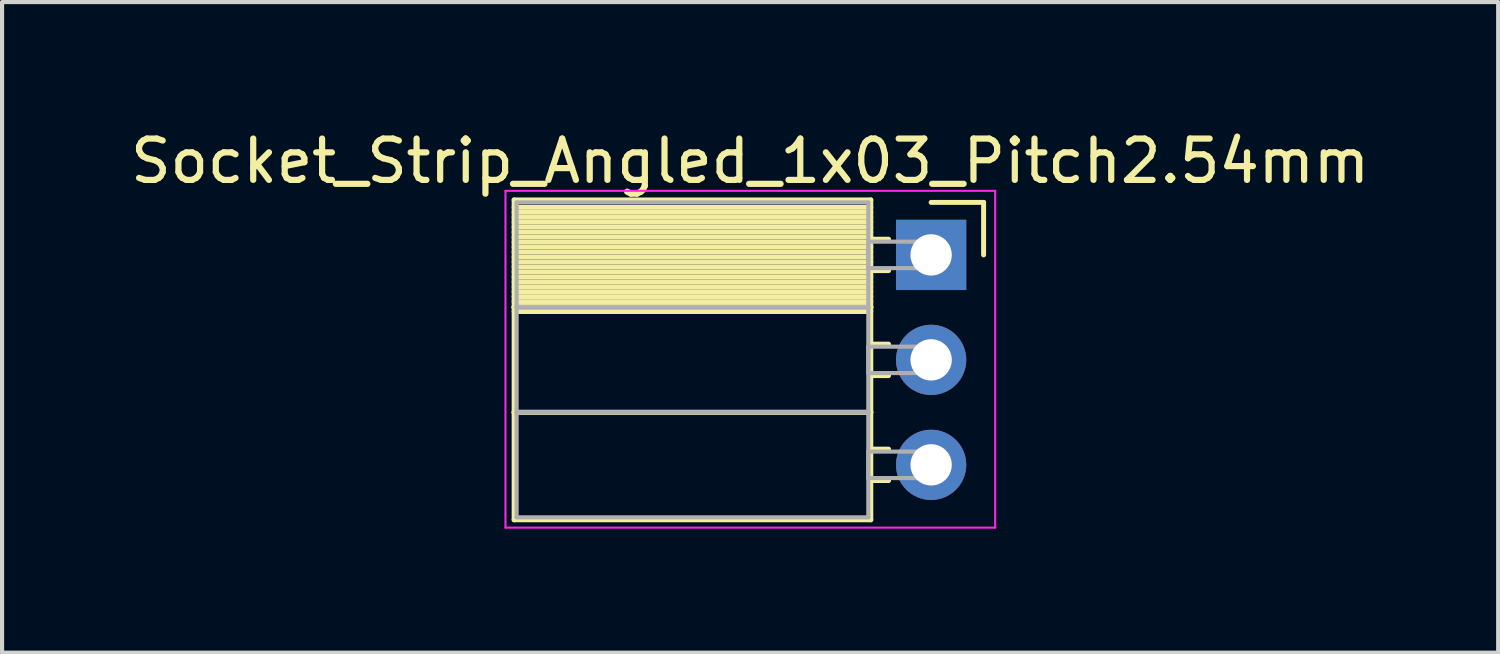
<source format=kicad_pcb>
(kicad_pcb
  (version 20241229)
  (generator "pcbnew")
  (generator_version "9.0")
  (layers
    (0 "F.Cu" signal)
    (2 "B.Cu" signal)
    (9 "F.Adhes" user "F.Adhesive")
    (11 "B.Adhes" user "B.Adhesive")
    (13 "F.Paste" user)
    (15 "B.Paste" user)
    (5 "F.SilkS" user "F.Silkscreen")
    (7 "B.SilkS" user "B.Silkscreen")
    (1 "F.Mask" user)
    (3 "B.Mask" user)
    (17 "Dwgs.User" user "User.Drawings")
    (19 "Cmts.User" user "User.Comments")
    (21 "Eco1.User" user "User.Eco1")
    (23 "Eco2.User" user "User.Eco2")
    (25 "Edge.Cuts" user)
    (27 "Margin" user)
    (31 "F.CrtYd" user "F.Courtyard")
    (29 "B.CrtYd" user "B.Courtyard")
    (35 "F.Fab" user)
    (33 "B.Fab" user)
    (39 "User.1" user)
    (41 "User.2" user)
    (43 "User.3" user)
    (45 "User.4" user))
  (footprint "Socket_Strip_Angled_1x03_Pitch2.54mm"
    (layer "F.Cu")
    (at 19.481 3.118)
    (property "Reference" "Socket_Strip_Angled_1x03_Pitch2.54mm" (at -4.38 -2.27 0) (layer "F.SilkS") (effects (font (size 1 1) (thickness 0.15))))
    (attr through_hole)
    (fp_line (start -10.09 -1.33) (end -1.46 -1.33) (stroke (width 0.12) (type solid)) (layer "F.SilkS"))
    (fp_line (start -10.09 1.27) (end -10.09 -1.33) (stroke (width 0.12) (type solid)) (layer "F.SilkS"))
    (fp_line (start -10.09 1.27) (end -1.46 1.27) (stroke (width 0.12) (type solid)) (layer "F.SilkS"))
    (fp_line (start -10.09 3.81) (end -10.09 1.27) (stroke (width 0.12) (type solid)) (layer "F.SilkS"))
    (fp_line (start -10.09 3.81) (end -1.46 3.81) (stroke (width 0.12) (type solid)) (layer "F.SilkS"))
    (fp_line (start -10.09 6.41) (end -10.09 3.81) (stroke (width 0.12) (type solid)) (layer "F.SilkS"))
    (fp_line (start -1.46 -1.33) (end -1.46 1.27) (stroke (width 0.12) (type solid)) (layer "F.SilkS"))
    (fp_line (start -1.46 -1.15) (end -10.09 -1.15) (stroke (width 0.12) (type solid)) (layer "F.SilkS"))
    (fp_line (start -1.46 -1.03) (end -10.09 -1.03) (stroke (width 0.12) (type solid)) (layer "F.SilkS"))
    (fp_line (start -1.46 -0.91) (end -10.09 -0.91) (stroke (width 0.12) (type solid)) (layer "F.SilkS"))
    (fp_line (start -1.46 -0.79) (end -10.09 -0.79) (stroke (width 0.12) (type solid)) (layer "F.SilkS"))
    (fp_line (start -1.46 -0.67) (end -10.09 -0.67) (stroke (width 0.12) (type solid)) (layer "F.SilkS"))
    (fp_line (start -1.46 -0.55) (end -10.09 -0.55) (stroke (width 0.12) (type solid)) (layer "F.SilkS"))
    (fp_line (start -1.46 -0.43) (end -10.09 -0.43) (stroke (width 0.12) (type solid)) (layer "F.SilkS"))
    (fp_line (start -1.46 -0.31) (end -10.09 -0.31) (stroke (width 0.12) (type solid)) (layer "F.SilkS"))
    (fp_line (start -1.46 -0.19) (end -10.09 -0.19) (stroke (width 0.12) (type solid)) (layer "F.SilkS"))
    (fp_line (start -1.46 -0.07) (end -10.09 -0.07) (stroke (width 0.12) (type solid)) (layer "F.SilkS"))
    (fp_line (start -1.46 0.05) (end -10.09 0.05) (stroke (width 0.12) (type solid)) (layer "F.SilkS"))
    (fp_line (start -1.46 0.17) (end -10.09 0.17) (stroke (width 0.12) (type solid)) (layer "F.SilkS"))
    (fp_line (start -1.46 0.29) (end -10.09 0.29) (stroke (width 0.12) (type solid)) (layer "F.SilkS"))
    (fp_line (start -1.46 0.41) (end -10.09 0.41) (stroke (width 0.12) (type solid)) (layer "F.SilkS"))
    (fp_line (start -1.46 0.53) (end -10.09 0.53) (stroke (width 0.12) (type solid)) (layer "F.SilkS"))
    (fp_line (start -1.46 0.65) (end -10.09 0.65) (stroke (width 0.12) (type solid)) (layer "F.SilkS"))
    (fp_line (start -1.46 0.77) (end -10.09 0.77) (stroke (width 0.12) (type solid)) (layer "F.SilkS"))
    (fp_line (start -1.46 0.89) (end -10.09 0.89) (stroke (width 0.12) (type solid)) (layer "F.SilkS"))
    (fp_line (start -1.46 1.01) (end -10.09 1.01) (stroke (width 0.12) (type solid)) (layer "F.SilkS"))
    (fp_line (start -1.46 1.13) (end -10.09 1.13) (stroke (width 0.12) (type solid)) (layer "F.SilkS"))
    (fp_line (start -1.46 1.25) (end -10.09 1.25) (stroke (width 0.12) (type solid)) (layer "F.SilkS"))
    (fp_line (start -1.46 1.27) (end -10.09 1.27) (stroke (width 0.12) (type solid)) (layer "F.SilkS"))
    (fp_line (start -1.46 1.27) (end -1.46 3.81) (stroke (width 0.12) (type solid)) (layer "F.SilkS"))
    (fp_line (start -1.46 1.37) (end -10.09 1.37) (stroke (width 0.12) (type solid)) (layer "F.SilkS"))
    (fp_line (start -1.46 3.81) (end -10.09 3.81) (stroke (width 0.12) (type solid)) (layer "F.SilkS"))
    (fp_line (start -1.46 3.81) (end -1.46 6.41) (stroke (width 0.12) (type solid)) (layer "F.SilkS"))
    (fp_line (start -1.46 6.41) (end -10.09 6.41) (stroke (width 0.12) (type solid)) (layer "F.SilkS"))
    (fp_line (start -1.03 -0.38) (end -1.46 -0.38) (stroke (width 0.12) (type solid)) (layer "F.SilkS"))
    (fp_line (start -1.03 0.38) (end -1.46 0.38) (stroke (width 0.12) (type solid)) (layer "F.SilkS"))
    (fp_line (start -1.03 2.16) (end -1.46 2.16) (stroke (width 0.12) (type solid)) (layer "F.SilkS"))
    (fp_line (start -1.03 2.92) (end -1.46 2.92) (stroke (width 0.12) (type solid)) (layer "F.SilkS"))
    (fp_line (start -1.03 4.7) (end -1.46 4.7) (stroke (width 0.12) (type solid)) (layer "F.SilkS"))
    (fp_line (start -1.03 5.46) (end -1.46 5.46) (stroke (width 0.12) (type solid)) (layer "F.SilkS"))
    (fp_line (start 0 -1.27) (end 1.27 -1.27) (stroke (width 0.12) (type solid)) (layer "F.SilkS"))
    (fp_line (start 1.27 -1.27) (end 1.27 0) (stroke (width 0.12) (type solid)) (layer "F.SilkS"))
    (fp_line (start -10.3 -1.55) (end 1.55 -1.55) (stroke (width 0.05) (type solid)) (layer "F.CrtYd"))
    (fp_line (start -10.3 6.6) (end -10.3 -1.55) (stroke (width 0.05) (type solid)) (layer "F.CrtYd"))
    (fp_line (start 1.55 -1.55) (end 1.55 6.6) (stroke (width 0.05) (type solid)) (layer "F.CrtYd"))
    (fp_line (start 1.55 6.6) (end -10.3 6.6) (stroke (width 0.05) (type solid)) (layer "F.CrtYd"))
    (fp_line (start -10.03 -1.27) (end -1.52 -1.27) (stroke (width 0.1) (type solid)) (layer "F.Fab"))
    (fp_line (start -10.03 1.27) (end -10.03 -1.27) (stroke (width 0.1) (type solid)) (layer "F.Fab"))
    (fp_line (start -10.03 1.27) (end -1.52 1.27) (stroke (width 0.1) (type solid)) (layer "F.Fab"))
    (fp_line (start -10.03 3.81) (end -10.03 1.27) (stroke (width 0.1) (type solid)) (layer "F.Fab"))
    (fp_line (start -10.03 3.81) (end -1.52 3.81) (stroke (width 0.1) (type solid)) (layer "F.Fab"))
    (fp_line (start -10.03 6.35) (end -10.03 3.81) (stroke (width 0.1) (type solid)) (layer "F.Fab"))
    (fp_line (start -1.52 -1.27) (end -1.52 1.27) (stroke (width 0.1) (type solid)) (layer "F.Fab"))
    (fp_line (start -1.52 -0.32) (end 0 -0.32) (stroke (width 0.1) (type solid)) (layer "F.Fab"))
    (fp_line (start -1.52 0.32) (end -1.52 -0.32) (stroke (width 0.1) (type solid)) (layer "F.Fab"))
    (fp_line (start -1.52 1.27) (end -10.03 1.27) (stroke (width 0.1) (type solid)) (layer "F.Fab"))
    (fp_line (start -1.52 1.27) (end -1.52 3.81) (stroke (width 0.1) (type solid)) (layer "F.Fab"))
    (fp_line (start -1.52 2.22) (end 0 2.22) (stroke (width 0.1) (type solid)) (layer "F.Fab"))
    (fp_line (start -1.52 2.86) (end -1.52 2.22) (stroke (width 0.1) (type solid)) (layer "F.Fab"))
    (fp_line (start -1.52 3.81) (end -10.03 3.81) (stroke (width 0.1) (type solid)) (layer "F.Fab"))
    (fp_line (start -1.52 3.81) (end -1.52 6.35) (stroke (width 0.1) (type solid)) (layer "F.Fab"))
    (fp_line (start -1.52 4.76) (end 0 4.76) (stroke (width 0.1) (type solid)) (layer "F.Fab"))
    (fp_line (start -1.52 5.4) (end -1.52 4.76) (stroke (width 0.1) (type solid)) (layer "F.Fab"))
    (fp_line (start -1.52 6.35) (end -10.03 6.35) (stroke (width 0.1) (type solid)) (layer "F.Fab"))
    (fp_line (start 0 -0.32) (end 0 0.32) (stroke (width 0.1) (type solid)) (layer "F.Fab"))
    (fp_line (start 0 0.32) (end -1.52 0.32) (stroke (width 0.1) (type solid)) (layer "F.Fab"))
    (fp_line (start 0 2.22) (end 0 2.86) (stroke (width 0.1) (type solid)) (layer "F.Fab"))
    (fp_line (start 0 2.86) (end -1.52 2.86) (stroke (width 0.1) (type solid)) (layer "F.Fab"))
    (fp_line (start 0 4.76) (end 0 5.4) (stroke (width 0.1) (type solid)) (layer "F.Fab"))
    (fp_line (start 0 5.4) (end -1.52 5.4) (stroke (width 0.1) (type solid)) (layer "F.Fab"))
    (pad "1" thru_hole rect (at 0 0) (size 1.7 1.7) (drill 1) (layers "*.Cu" "*.Mask"))
    (pad "2" thru_hole oval (at 0 2.54) (size 1.7 1.7) (drill 1) (layers "*.Cu" "*.Mask"))
    (pad "3" thru_hole oval (at 0 5.08) (size 1.7 1.7) (drill 1) (layers "*.Cu" "*.Mask")))
  (gr_rect
    (start -3 -3)
    (end 33.202 12.743)
    (stroke (width 0.1) (type default))
    (fill no)
    (layer "Edge.Cuts")))
</source>
